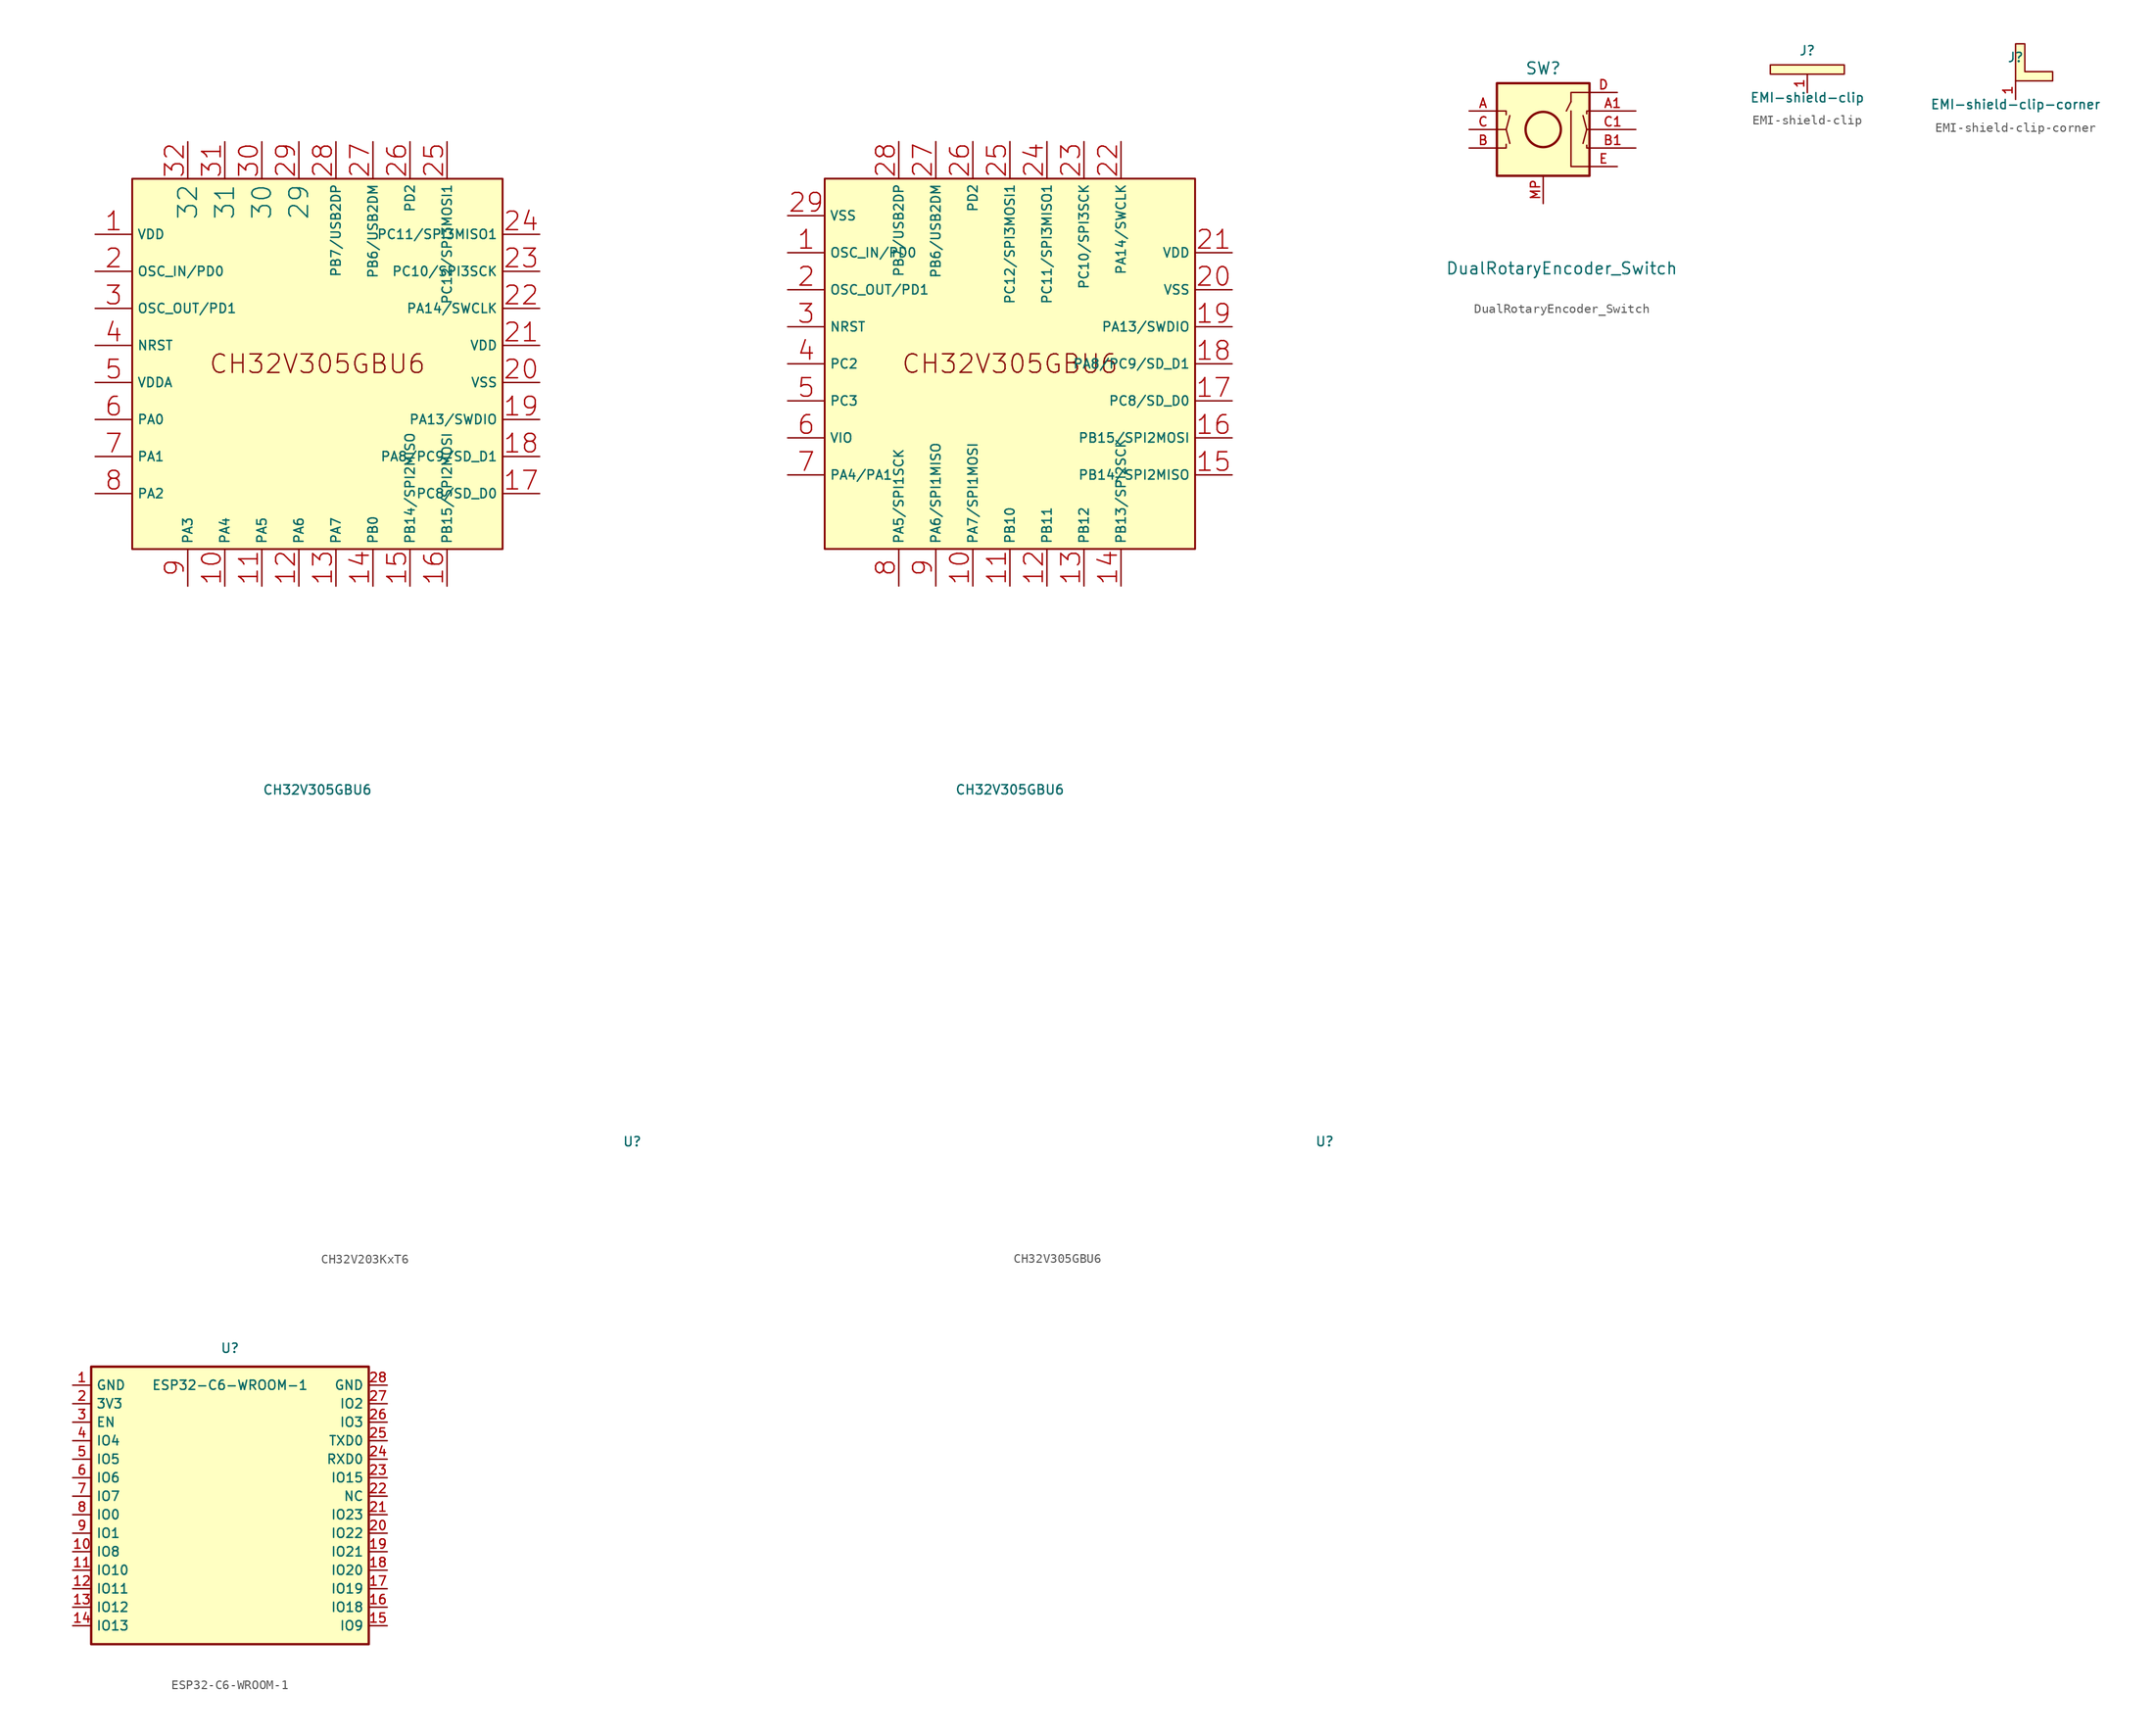
<source format=kicad_sym>
(kicad_symbol_lib
  (version 20231120)
  (generator "kicad_symbol_editor")
  (generator_version "8.0")
  (symbol "CH32V203KxT6"
    (property "Reference" "U"
      (at 44 -94 0)
      (effects (font (size 1 1))))
    (property "Value" "CH32V305GBU6"
      (at 10 -56 0)
      (effects (font (size 1 1))))
    (symbol "CH32V203KxT6_1_0"
      (text "CH32V305GBU6" (at 10 -10 0) (effects (font (size 2 2)))))
    (symbol "CH32V203KxT6_1_1"
      (rectangle (start -10 10) (end 30 -30) (stroke (width 0.2) (type default)) (fill (type background)))
      (pin power_in line (at -14 4 0) (length 4) (name "VDD" (effects (font (size 1 1)))) (number "1" (effects (font (size 2 2)))))
      (pin bidirectional line (at 0 -34 90) (length 4) (name "PA4" (effects (font (size 1 1)))) (number "10" (effects (font (size 2 2)))))
      (pin bidirectional line (at 4 -34 90) (length 4) (name "PA5" (effects (font (size 1 1)))) (number "11" (effects (font (size 2 2)))) (alternate "I2C2SCL" bidirectional line) (alternate "UART3RX" bidirectional line))
      (pin bidirectional line (at 8 -34 90) (length 4) (name "PA6" (effects (font (size 1 1)))) (number "12" (effects (font (size 2 2)))) (alternate "I2C2SDA" bidirectional line) (alternate "UART3RX" bidirectional line))
      (pin bidirectional line (at 12 -34 90) (length 4) (name "PA7" (effects (font (size 1 1)))) (number "13" (effects (font (size 2 2)))))
      (pin bidirectional line (at 16 -34 90) (length 4) (name "PB0" (effects (font (size 1 1)))) (number "14" (effects (font (size 2 2)))))
      (pin bidirectional line (at 20 -34 90) (length 4) (name "PB14/SPI2MISO" (effects (font (size 1 1)))) (number "15" (effects (font (size 2 2)))))
      (pin bidirectional line (at 24 -34 90) (length 4) (name "PB15/SPI2MOSI" (effects (font (size 1 1)))) (number "16" (effects (font (size 2 2)))))
      (pin bidirectional line (at 34 -24 180) (length 4) (name "PC8/SD_D0" (effects (font (size 1 1)))) (number "17" (effects (font (size 2 2)))))
      (pin bidirectional line (at 34 -20 180) (length 4) (name "PA8/PC9/SD_D1" (effects (font (size 1 1)))) (number "18" (effects (font (size 2 2)))))
      (pin bidirectional line (at 34 -16 180) (length 4) (name "PA13/SWDIO" (effects (font (size 1 1)))) (number "19" (effects (font (size 2 2)))))
      (pin bidirectional line (at -14 0 0) (length 4) (name "OSC_IN/PD0" (effects (font (size 1 1)))) (number "2" (effects (font (size 2 2)))))
      (pin power_in line (at 34 -12 180) (length 4) (name "VSS" (effects (font (size 1 1)))) (number "20" (effects (font (size 2 2)))))
      (pin bidirectional line (at 34 -8 180) (length 4) (name "VDD" (effects (font (size 1 1)))) (number "21" (effects (font (size 2 2)))))
      (pin bidirectional line (at 34 -4 180) (length 4) (name "PA14/SWCLK" (effects (font (size 1 1)))) (number "22" (effects (font (size 2 2)))) (alternate "UART3RX2" bidirectional line))
      (pin bidirectional line (at 34 0 180) (length 4) (name "PC10/SPI3SCK" (effects (font (size 1 1)))) (number "23" (effects (font (size 2 2)))) (alternate "SD_D2" bidirectional line) (alternate "UART4TX" bidirectional line))
      (pin bidirectional line (at 34 4 180) (length 4) (name "PC11/SPI3MISO1" (effects (font (size 1 1)))) (number "24" (effects (font (size 2 2)))) (alternate "SD_D3" bidirectional line) (alternate "UART4RX" bidirectional line))
      (pin bidirectional line (at 24 14 270) (length 4) (name "PC12/SPI3MOSI1" (effects (font (size 1 1)))) (number "25" (effects (font (size 2 2)))) (alternate "SD_CK" bidirectional line) (alternate "UART5TX" bidirectional line))
      (pin bidirectional line (at 20 14 270) (length 4) (name "PD2" (effects (font (size 1 1)))) (number "26" (effects (font (size 2 2)))) (alternate "SD_CMD" bidirectional line) (alternate "UART5RX" bidirectional line))
      (pin bidirectional line (at 16 14 270) (length 4) (name "PB6/USB2DM" (effects (font (size 1 1)))) (number "27" (effects (font (size 2 2)))) (alternate "UART1TX1" bidirectional line))
      (pin bidirectional line (at 12 14 270) (length 4) (name "PB7/USB2DP" (effects (font (size 1 1)))) (number "28" (effects (font (size 2 2)))) (alternate "UART1RX1" bidirectional line))
      (pin input line (at 8 14.003 270) (length 4) (name "29" (effects (font (size 2 2)))) (number "29" (effects (font (size 2 2)))))
      (pin bidirectional line (at -14 -4 0) (length 4) (name "OSC_OUT/PD1" (effects (font (size 1 1)))) (number "3" (effects (font (size 2 2)))))
      (pin input line (at 4 14 270) (length 4) (name "30" (effects (font (size 2 2)))) (number "30" (effects (font (size 2 2)))))
      (pin input line (at 0 14 270) (length 4) (name "31" (effects (font (size 2 2)))) (number "31" (effects (font (size 2 2)))))
      (pin input line (at -4 14 270) (length 4) (name "32" (effects (font (size 2 2)))) (number "32" (effects (font (size 2 2)))))
      (pin input line (at -14 -8 0) (length 4) (name "NRST" (effects (font (size 1 1)))) (number "4" (effects (font (size 2 2)))) (alternate "UART7TX" input line))
      (pin power_in line (at -14 -12 0) (length 4) (name "VDDA" (effects (font (size 1 1)))) (number "5" (effects (font (size 2 2)))) (alternate "UART7RX" power_in line))
      (pin bidirectional line (at -14 -16 0) (length 4) (name "PA0" (effects (font (size 1 1)))) (number "6" (effects (font (size 2 2)))))
      (pin bidirectional line (at -14 -20 0) (length 4) (name "PA1" (effects (font (size 1 1)))) (number "7" (effects (font (size 2 2)))))
      (pin bidirectional line (at -14 -24 0) (length 4) (name "PA2" (effects (font (size 1 1)))) (number "8" (effects (font (size 2 2)))))
      (pin bidirectional line (at -4 -34 90) (length 4) (name "PA3" (effects (font (size 1 1)))) (number "9" (effects (font (size 2 2)))))))
  (symbol "CH32V305GBU6"
    (property "Reference" "U"
      (at 44 -94 0)
      (effects (font (size 1 1))))
    (property "Value" "CH32V305GBU6"
      (at 10 -56 0)
      (effects (font (size 1 1))))
    (symbol "CH32V305GBU6_1_0"
      (text "CH32V305GBU6" (at 10 -10 0) (effects (font (size 2 2)))))
    (symbol "CH32V305GBU6_1_1"
      (rectangle (start -10 10) (end 30 -30) (stroke (width 0.2) (type default)) (fill (type background)))
      (pin bidirectional line (at -14 2 0) (length 4) (name "OSC_IN/PD0" (effects (font (size 1 1)))) (number "1" (effects (font (size 2 2)))))
      (pin bidirectional line (at 6 -34 90) (length 4) (name "PA7/SPI1MOSI" (effects (font (size 1 1)))) (number "10" (effects (font (size 2 2)))))
      (pin bidirectional line (at 10 -34 90) (length 4) (name "PB10" (effects (font (size 1 1)))) (number "11" (effects (font (size 2 2)))) (alternate "I2C2SCL" bidirectional line) (alternate "UART3RX" bidirectional line))
      (pin bidirectional line (at 14 -34 90) (length 4) (name "PB11" (effects (font (size 1 1)))) (number "12" (effects (font (size 2 2)))) (alternate "I2C2SDA" bidirectional line) (alternate "UART3RX" bidirectional line))
      (pin bidirectional line (at 18 -34 90) (length 4) (name "PB12" (effects (font (size 1 1)))) (number "13" (effects (font (size 2 2)))))
      (pin bidirectional line (at 22 -34 90) (length 4) (name "PB13/SPI2SCK" (effects (font (size 1 1)))) (number "14" (effects (font (size 2 2)))))
      (pin bidirectional line (at 34 -22 180) (length 4) (name "PB14/SPI2MISO" (effects (font (size 1 1)))) (number "15" (effects (font (size 2 2)))))
      (pin bidirectional line (at 34 -18 180) (length 4) (name "PB15/SPI2MOSI" (effects (font (size 1 1)))) (number "16" (effects (font (size 2 2)))))
      (pin bidirectional line (at 34 -14 180) (length 4) (name "PC8/SD_D0" (effects (font (size 1 1)))) (number "17" (effects (font (size 2 2)))))
      (pin bidirectional line (at 34 -10 180) (length 4) (name "PA8/PC9/SD_D1" (effects (font (size 1 1)))) (number "18" (effects (font (size 2 2)))))
      (pin bidirectional line (at 34 -6 180) (length 4) (name "PA13/SWDIO" (effects (font (size 1 1)))) (number "19" (effects (font (size 2 2)))))
      (pin power_in line (at -14 -2 0) (length 4) (name "OSC_OUT/PD1" (effects (font (size 1 1)))) (number "2" (effects (font (size 2 2)))))
      (pin power_in line (at 34 -2 180) (length 4) (name "VSS" (effects (font (size 1 1)))) (number "20" (effects (font (size 2 2)))))
      (pin bidirectional line (at 34 2 180) (length 4) (name "VDD" (effects (font (size 1 1)))) (number "21" (effects (font (size 2 2)))))
      (pin bidirectional line (at 22 14 270) (length 4) (name "PA14/SWCLK" (effects (font (size 1 1)))) (number "22" (effects (font (size 2 2)))) (alternate "UART3RX2" bidirectional line))
      (pin bidirectional line (at 18 14 270) (length 4) (name "PC10/SPI3SCK" (effects (font (size 1 1)))) (number "23" (effects (font (size 2 2)))) (alternate "SD_D2" bidirectional line) (alternate "UART4TX" bidirectional line))
      (pin bidirectional line (at 14 14 270) (length 4) (name "PC11/SPI3MISO1" (effects (font (size 1 1)))) (number "24" (effects (font (size 2 2)))) (alternate "SD_D3" bidirectional line) (alternate "UART4RX" bidirectional line))
      (pin bidirectional line (at 10 14 270) (length 4) (name "PC12/SPI3MOSI1" (effects (font (size 1 1)))) (number "25" (effects (font (size 2 2)))) (alternate "SD_CK" bidirectional line) (alternate "UART5TX" bidirectional line))
      (pin bidirectional line (at 6 14 270) (length 4) (name "PD2" (effects (font (size 1 1)))) (number "26" (effects (font (size 2 2)))) (alternate "SD_CMD" bidirectional line) (alternate "UART5RX" bidirectional line))
      (pin bidirectional line (at 2 14 270) (length 4) (name "PB6/USB2DM" (effects (font (size 1 1)))) (number "27" (effects (font (size 2 2)))) (alternate "UART1TX1" bidirectional line))
      (pin bidirectional line (at -2 14 270) (length 4) (name "PB7/USB2DP" (effects (font (size 1 1)))) (number "28" (effects (font (size 2 2)))) (alternate "UART1RX1" bidirectional line))
      (pin power_in line (at -14 6 0) (length 4) (name "VSS" (effects (font (size 1 1)))) (number "29" (effects (font (size 2 2)))))
      (pin power_in line (at -14 -6 0) (length 4) (name "NRST" (effects (font (size 1 1)))) (number "3" (effects (font (size 2 2)))))
      (pin input line (at -14 -10 0) (length 4) (name "PC2" (effects (font (size 1 1)))) (number "4" (effects (font (size 2 2)))) (alternate "UART7TX" input line))
      (pin power_in line (at -14 -14 0) (length 4) (name "PC3" (effects (font (size 1 1)))) (number "5" (effects (font (size 2 2)))) (alternate "UART7RX" power_in line))
      (pin bidirectional line (at -14 -18 0) (length 4) (name "VIO" (effects (font (size 1 1)))) (number "6" (effects (font (size 2 2)))))
      (pin bidirectional line (at -14 -22 0) (length 4) (name "PA4/PA1" (effects (font (size 1 1)))) (number "7" (effects (font (size 2 2)))))
      (pin bidirectional line (at -2 -34 90) (length 4) (name "PA5/SPI1SCK" (effects (font (size 1 1)))) (number "8" (effects (font (size 2 2)))))
      (pin bidirectional line (at 2 -34 90) (length 4) (name "PA6/SPI1MISO" (effects (font (size 1 1)))) (number "9" (effects (font (size 2 2)))))))
  (symbol "DualRotaryEncoder_Switch"
    (pin_names
      (offset 0.254) hide)
    (property "Reference" "SW"
      (at 0 6.604 0)
      (effects (font (size 1.27 1.27))))
    (property "Value" "DualRotaryEncoder_Switch"
      (at 2 -15 0)
      (effects (font (size 1.27 1.27))))
    (symbol "DualRotaryEncoder_Switch_0_1"
      (rectangle (start -5 5) (end 5 -5) (stroke (width 0.254) (type default)) (fill (type background)))
      (polyline (pts (xy -4 0) (xy -3.6 1.5)) (stroke (width 0) (type default)) (fill (type none)))
      (polyline (pts (xy 2.5 2) (xy 3 3)) (stroke (width 0) (type default)) (fill (type none)))
      (polyline (pts (xy 4.3 -1.5) (xy 4.7 0)) (stroke (width 0) (type default)) (fill (type none)))
      (polyline (pts (xy 4.7 0) (xy 4.3 1.5)) (stroke (width 0) (type default)) (fill (type none)))
      (polyline (pts (xy 5 0) (xy 4.7 0)) (stroke (width 0) (type default)) (fill (type none)))
      (polyline (pts (xy -5 -2) (xy -4 -2) (xy -4 -1.6)) (stroke (width 0) (type default)) (fill (type none)))
      (polyline (pts (xy -5 0) (xy -4 0) (xy -3.6 -1.5)) (stroke (width 0) (type default)) (fill (type none)))
      (polyline (pts (xy -5 2) (xy -4 2) (xy -4 1.6)) (stroke (width 0) (type default)) (fill (type none)))
      (polyline (pts (xy 3 3) (xy 3 4) (xy 5 4)) (stroke (width 0) (type default)) (fill (type none)))
      (polyline (pts (xy 4.7 1.7) (xy 4.7 2) (xy 5 2)) (stroke (width 0) (type default)) (fill (type none)))
      (polyline (pts (xy 5 -4) (xy 3 -4) (xy 3 2)) (stroke (width 0) (type default)) (fill (type none)))
      (polyline (pts (xy 5 -2) (xy 4.7 -2) (xy 4.7 -1.7)) (stroke (width 0) (type default)) (fill (type none)))
      (circle (center 0 0) (radius 1.905) (stroke (width 0.254) (type default)) (fill (type none))))
    (symbol "DualRotaryEncoder_Switch_1_1"
      (pin passive line (at -8 2 0) (length 3) (name "A" (effects (font (size 1 1)))) (number "A" (effects (font (size 1 1)))))
      (pin passive line (at 10 2 180) (length 5) (name "A1" (effects (font (size 1 1)))) (number "A1" (effects (font (size 1 1)))))
      (pin passive line (at -8 -2 0) (length 3) (name "B" (effects (font (size 1 1)))) (number "B" (effects (font (size 1 1)))))
      (pin passive line (at 10 -2 180) (length 5) (name "B1" (effects (font (size 1 1)))) (number "B1" (effects (font (size 1 1)))))
      (pin passive line (at -8 0 0) (length 3) (name "C" (effects (font (size 1 1)))) (number "C" (effects (font (size 1 1)))))
      (pin passive line (at 10 0 180) (length 5) (name "C1" (effects (font (size 1 1)))) (number "C1" (effects (font (size 1 1)))))
      (pin passive line (at 8 4 180) (length 3) (name "D" (effects (font (size 1 1)))) (number "D" (effects (font (size 1 1)))))
      (pin passive line (at 8 -4 180) (length 3) (name "E" (effects (font (size 1 1)))) (number "E" (effects (font (size 1 1)))))
      (pin power_in line (at 0 -8 90) (length 3) (name "MP" (effects (font (size 1 1)))) (number "MP" (effects (font (size 1 1)))))))
  (symbol "EMI-shield-clip"
    (pin_names
      (offset 1.016) hide)
    (property "Reference" "J"
      (at 0 2.54 0)
      (effects (font (size 1 1))))
    (property "Value" "EMI-shield-clip"
      (at 0 -2.54 0)
      (effects (font (size 1 1))))
    (property "ki_locked" ""
      (at 0 0 0)
      (effects (font (size 1.27 1.27))))
    (symbol "EMI-shield-clip_1_1"
      (rectangle (start -4 1) (end 4 0) (stroke (width 0) (type default)) (fill (type background)))
      (pin passive line (at 0 -2 90) (length 2) (name "Pin_1" (effects (font (size 1 1)))) (number "1" (effects (font (size 1 1)))))))
  (symbol "EMI-shield-clip-corner"
    (pin_names
      (offset 1.016) hide)
    (property "Reference" "J"
      (at 0 2.54 0)
      (effects (font (size 1 1))))
    (property "Value" "EMI-shield-clip-corner"
      (at 0 -2.54 0)
      (effects (font (size 1 1))))
    (symbol "EMI-shield-clip-corner_1_1"
      (polyline (pts (xy 0 4) (xy 0 0) (xy 4 0) (xy 4 1) (xy 1 1) (xy 1 4) (xy 0 4)) (stroke (width 0) (type default)) (fill (type background)))
      (pin passive line (at 0 -2 90) (length 2) (name "Pin_1" (effects (font (size 1 1)))) (number "1" (effects (font (size 1 1)))))))
  (symbol "ESP32-C6-WROOM-1"
    (property "Reference" "U"
      (at 5 24 0)
      (effects (font (size 1 1))))
    (property "Value" "ESP32-C6-WROOM-1"
      (at 5 20 0)
      (effects (font (size 1 1))))
    (symbol "ESP32-C6-WROOM-1_0_0"
      (rectangle (start -10 22) (end 20 -8) (stroke (width 0.254) (type default)) (fill (type background))))
    (symbol "ESP32-C6-WROOM-1_1_1"
      (pin passive line (at -12 20 0) (length 2) (name "GND" (effects (font (size 1 1)))) (number "1" (effects (font (size 1 1)))))
      (pin bidirectional line (at -12 2 0) (length 2) (name "IO8" (effects (font (size 1 1)))) (number "10" (effects (font (size 1 1)))))
      (pin bidirectional line (at -12 0 0) (length 2) (name "IO10" (effects (font (size 1 1)))) (number "11" (effects (font (size 1 1)))))
      (pin bidirectional line (at -12 -2 0) (length 2) (name "IO11" (effects (font (size 1 1)))) (number "12" (effects (font (size 1 1)))))
      (pin bidirectional line (at -12 -4 0) (length 2) (name "IO12" (effects (font (size 1 1)))) (number "13" (effects (font (size 1 1)))))
      (pin bidirectional line (at -12 -6 0) (length 2) (name "IO13" (effects (font (size 1 1)))) (number "14" (effects (font (size 1 1)))))
      (pin bidirectional line (at 22 -6 180) (length 2) (name "IO9" (effects (font (size 1 1)))) (number "15" (effects (font (size 1 1)))))
      (pin bidirectional line (at 22 -4 180) (length 2) (name "IO18" (effects (font (size 1 1)))) (number "16" (effects (font (size 1 1)))))
      (pin bidirectional line (at 22 -2 180) (length 2) (name "IO19" (effects (font (size 1 1)))) (number "17" (effects (font (size 1 1)))))
      (pin bidirectional line (at 22 0 180) (length 2) (name "IO20" (effects (font (size 1 1)))) (number "18" (effects (font (size 1 1)))))
      (pin bidirectional line (at 22 2 180) (length 2) (name "IO21" (effects (font (size 1 1)))) (number "19" (effects (font (size 1 1)))))
      (pin power_in line (at -12 18 0) (length 2) (name "3V3" (effects (font (size 1 1)))) (number "2" (effects (font (size 1 1)))))
      (pin bidirectional line (at 22 4 180) (length 2) (name "IO22" (effects (font (size 1 1)))) (number "20" (effects (font (size 1 1)))))
      (pin bidirectional line (at 22 6 180) (length 2) (name "IO23" (effects (font (size 1 1)))) (number "21" (effects (font (size 1 1)))))
      (pin bidirectional line (at 22 8 180) (length 2) (name "NC" (effects (font (size 1 1)))) (number "22" (effects (font (size 1 1)))))
      (pin bidirectional line (at 22 10 180) (length 2) (name "IO15" (effects (font (size 1 1)))) (number "23" (effects (font (size 1 1)))))
      (pin bidirectional line (at 22 12 180) (length 2) (name "RXD0" (effects (font (size 1 1)))) (number "24" (effects (font (size 1 1)))))
      (pin bidirectional line (at 22 14 180) (length 2) (name "TXD0" (effects (font (size 1 1)))) (number "25" (effects (font (size 1 1)))))
      (pin bidirectional line (at 22 16 180) (length 2) (name "IO3" (effects (font (size 1 1)))) (number "26" (effects (font (size 1 1)))))
      (pin bidirectional line (at 22 18 180) (length 2) (name "IO2" (effects (font (size 1 1)))) (number "27" (effects (font (size 1 1)))))
      (pin bidirectional line (at 22 20 180) (length 2) (name "GND" (effects (font (size 1 1)))) (number "28" (effects (font (size 1 1)))))
      (pin input line (at -12 16 0) (length 2) (name "EN" (effects (font (size 1 1)))) (number "3" (effects (font (size 1 1)))))
      (pin bidirectional line (at -12 14 0) (length 2) (name "IO4" (effects (font (size 1 1)))) (number "4" (effects (font (size 1 1)))))
      (pin bidirectional line (at -12 12 0) (length 2) (name "IO5" (effects (font (size 1 1)))) (number "5" (effects (font (size 1 1)))))
      (pin bidirectional line (at -12 10 0) (length 2) (name "IO6" (effects (font (size 1 1)))) (number "6" (effects (font (size 1 1)))))
      (pin bidirectional line (at -12 8 0) (length 2) (name "IO7" (effects (font (size 1 1)))) (number "7" (effects (font (size 1 1)))))
      (pin bidirectional line (at -12 6 0) (length 2) (name "IO0" (effects (font (size 1 1)))) (number "8" (effects (font (size 1 1)))))
      (pin bidirectional line (at -12 4 0) (length 2) (name "IO1" (effects (font (size 1 1)))) (number "9" (effects (font (size 1 1))))))))
</source>
